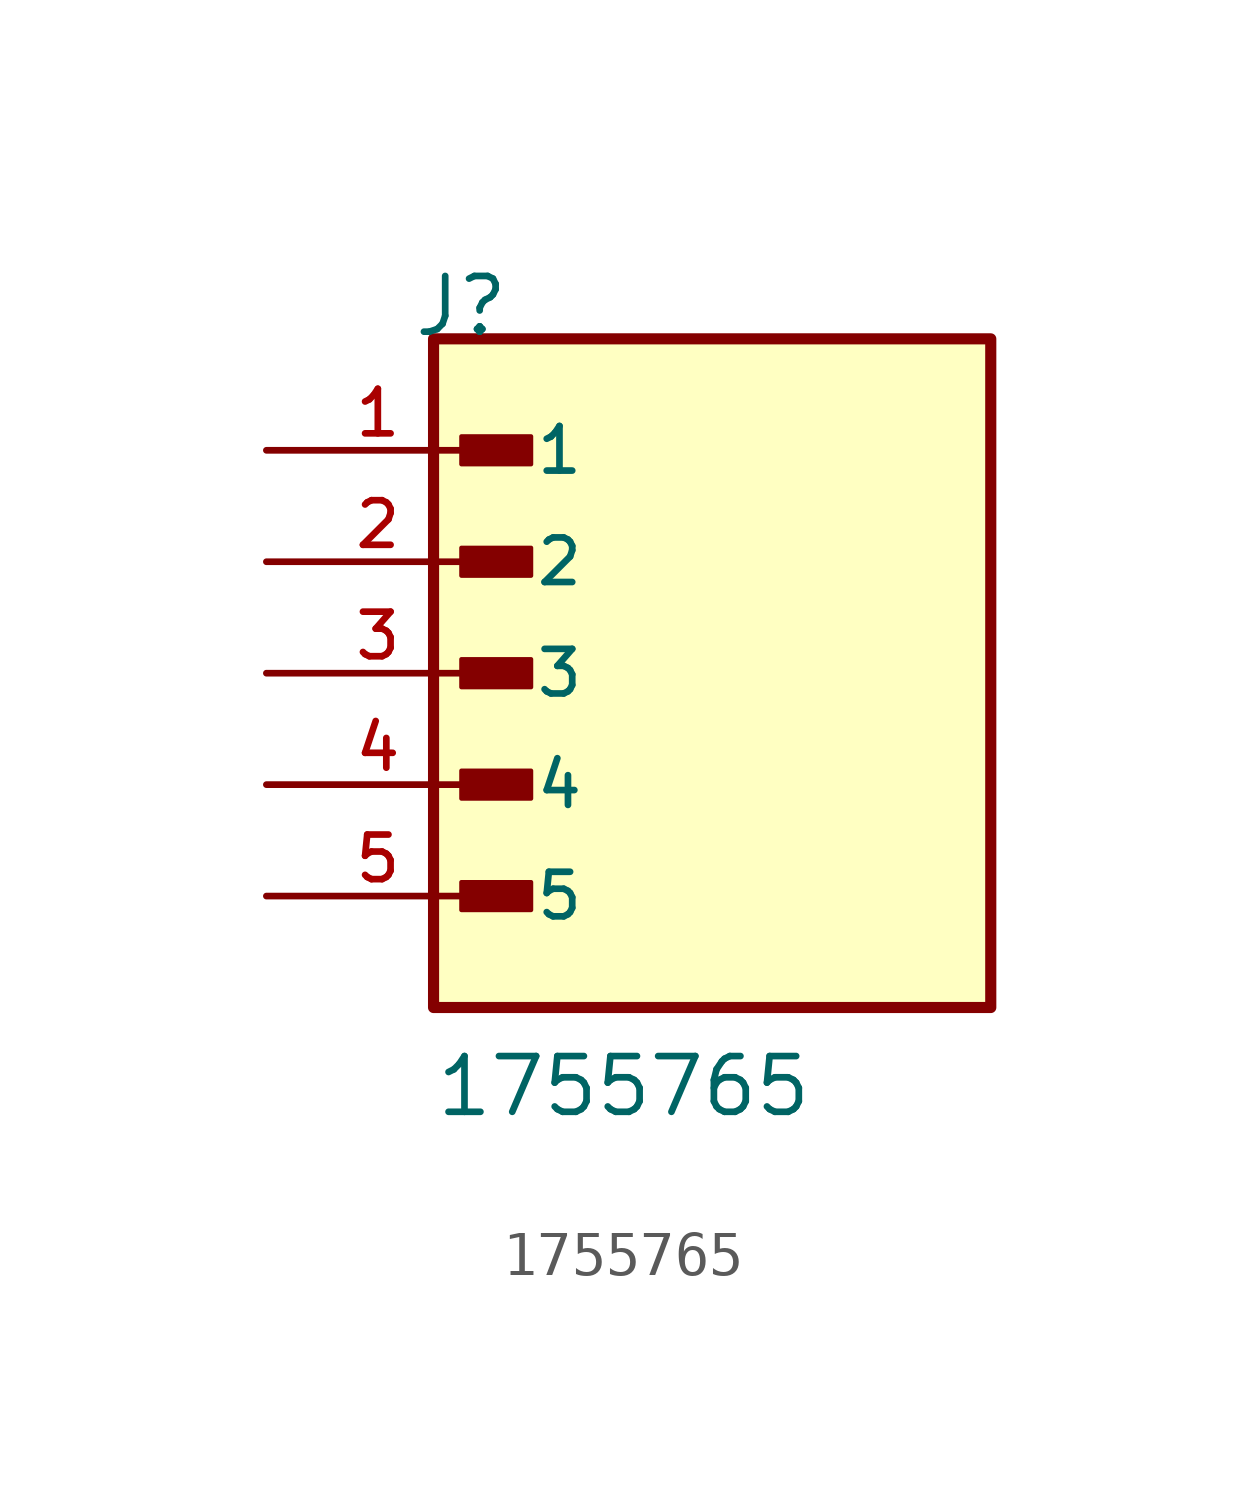
<source format=kicad_sym>
(kicad_symbol_lib
  (version 20211014)
  (generator kicad_symbol_editor)
  (symbol "1755765"
    (pin_names
      (offset 1.016))
    (property "Reference" "J"
      (at -6.85 7.62 0)
      (effects (font (size 1.27 1.27)) (justify bottom left)))
    (property "Value" "1755765"
      (at -6.35 -10.16 0)
      (effects (font (size 1.27 1.27)) (justify bottom left)))
    (symbol "1755765_0_0"
      (rectangle (start -5.715 4.763) (end -4.128 5.397) (stroke (width 0.1)) (fill (type outline)))
      (rectangle (start -5.715 2.223) (end -4.128 2.857) (stroke (width 0.1)) (fill (type outline)))
      (rectangle (start -5.715 -0.318) (end -4.128 0.318) (stroke (width 0.1)) (fill (type outline)))
      (rectangle (start -5.715 -2.857) (end -4.128 -2.223) (stroke (width 0.1)) (fill (type outline)))
      (rectangle (start -5.715 -5.397) (end -4.128 -4.763) (stroke (width 0.1)) (fill (type outline)))
      (rectangle (start -6.35 -7.62) (end 6.35 7.62) (stroke (width 0.254)) (fill (type background)))
      (pin passive line (at -10.16 5.08 0) (length 5.08) (name "1" (effects (font (size 1.016 1.016)))) (number "1" (effects (font (size 1.016 1.016)))))
      (pin passive line (at -10.16 2.54 0) (length 5.08) (name "2" (effects (font (size 1.016 1.016)))) (number "2" (effects (font (size 1.016 1.016)))))
      (pin passive line (at -10.16 0.0 0) (length 5.08) (name "3" (effects (font (size 1.016 1.016)))) (number "3" (effects (font (size 1.016 1.016)))))
      (pin passive line (at -10.16 -2.54 0) (length 5.08) (name "4" (effects (font (size 1.016 1.016)))) (number "4" (effects (font (size 1.016 1.016)))))
      (pin passive line (at -10.16 -5.08 0) (length 5.08) (name "5" (effects (font (size 1.016 1.016)))) (number "5" (effects (font (size 1.016 1.016))))))))
</source>
